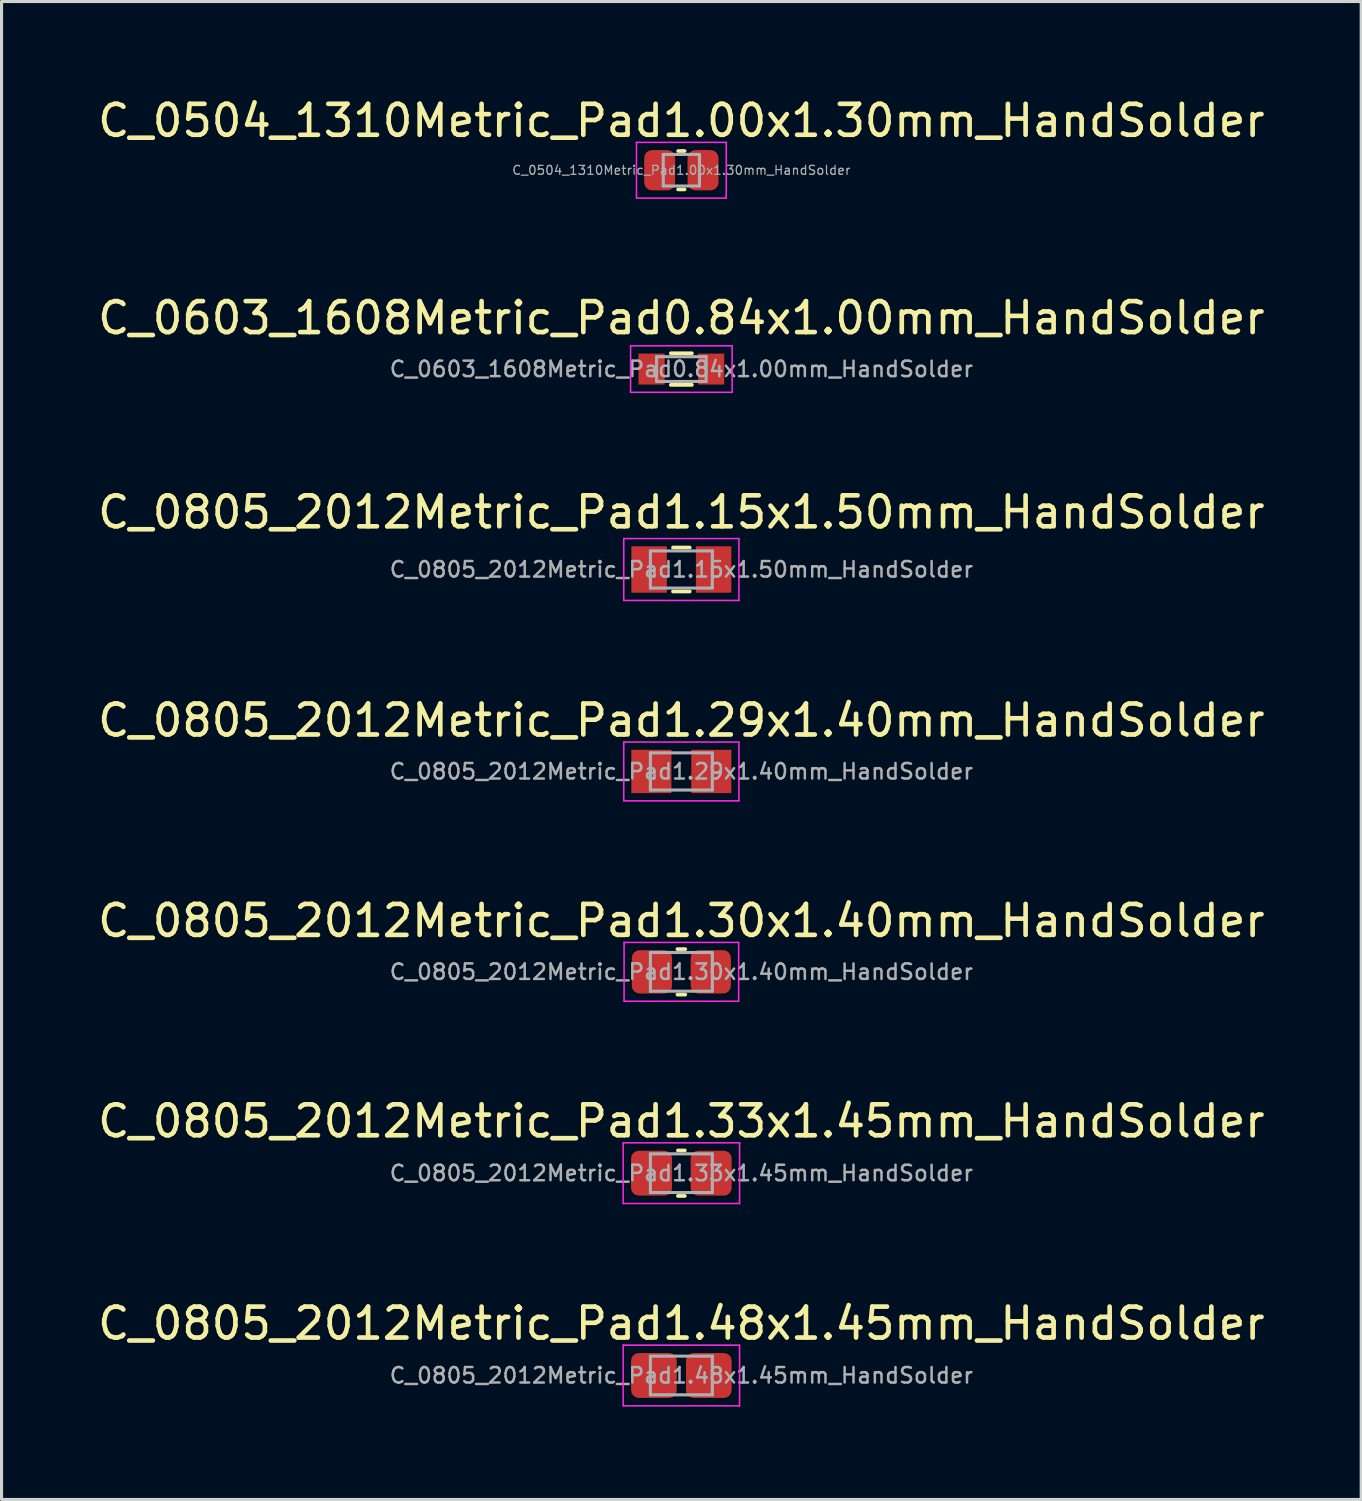
<source format=kicad_pcb>
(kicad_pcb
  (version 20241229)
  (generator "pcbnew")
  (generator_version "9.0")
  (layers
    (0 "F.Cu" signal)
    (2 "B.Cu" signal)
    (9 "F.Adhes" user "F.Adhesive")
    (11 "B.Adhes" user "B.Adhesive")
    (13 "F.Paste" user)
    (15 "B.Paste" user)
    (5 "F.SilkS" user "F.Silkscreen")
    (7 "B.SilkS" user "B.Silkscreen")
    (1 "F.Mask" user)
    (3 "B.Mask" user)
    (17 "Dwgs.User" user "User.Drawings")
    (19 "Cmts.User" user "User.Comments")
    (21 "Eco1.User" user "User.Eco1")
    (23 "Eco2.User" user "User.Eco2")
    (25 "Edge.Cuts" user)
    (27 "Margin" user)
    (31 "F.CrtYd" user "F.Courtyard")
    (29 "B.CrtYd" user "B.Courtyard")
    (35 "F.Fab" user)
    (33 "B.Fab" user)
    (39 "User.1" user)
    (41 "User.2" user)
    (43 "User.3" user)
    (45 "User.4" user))
  (footprint "C_0805_2012Metric_Pad1.30x1.40mm_HandSolder"
    (layer "F.Cu")
    (at 18.958 28.341)
    (property "Reference" "C_0805_2012Metric_Pad1.30x1.40mm_HandSolder" (at 0 -1.65 0) (layer "F.SilkS") (effects (font (size 1 1) (thickness 0.15))))
    (attr smd)
    (fp_line (start -0.127 -0.735) (end 0.127 -0.735) (stroke (width 0.12) (type solid)) (layer "F.SilkS"))
    (fp_line (start -0.127 0.735) (end 0.127 0.735) (stroke (width 0.12) (type solid)) (layer "F.SilkS"))
    (fp_line (start -1.85 -0.95) (end 1.85 -0.95) (stroke (width 0.05) (type solid)) (layer "F.CrtYd"))
    (fp_line (start -1.85 0.95) (end -1.85 -0.95) (stroke (width 0.05) (type solid)) (layer "F.CrtYd"))
    (fp_line (start 1.85 -0.95) (end 1.85 0.95) (stroke (width 0.05) (type solid)) (layer "F.CrtYd"))
    (fp_line (start 1.85 0.95) (end -1.85 0.95) (stroke (width 0.05) (type solid)) (layer "F.CrtYd"))
    (fp_line (start -1 -0.625) (end 1 -0.625) (stroke (width 0.1) (type solid)) (layer "F.Fab"))
    (fp_line (start -1 0.625) (end -1 -0.625) (stroke (width 0.1) (type solid)) (layer "F.Fab"))
    (fp_line (start 1 -0.625) (end 1 0.625) (stroke (width 0.1) (type solid)) (layer "F.Fab"))
    (fp_line (start 1 0.625) (end -1 0.625) (stroke (width 0.1) (type solid)) (layer "F.Fab"))
    (fp_text user "${REFERENCE}" (at 0 0 0) (layer "F.Fab") (effects (font (size 0.5 0.5) (thickness 0.08))))
    (pad "1" smd roundrect (at -0.95 0) (size 1.3 1.4) (layers "F.Cu" "F.Mask" "F.Paste") (roundrect_rratio 0.192))
    (pad "2" smd roundrect (at 0.95 0) (size 1.3 1.4) (layers "F.Cu" "F.Mask" "F.Paste") (roundrect_rratio 0.192)))
  (footprint "C_0805_2012Metric_Pad1.29x1.40mm_HandSolder"
    (layer "F.Cu")
    (at 18.958 21.868)
    (property "Reference" "C_0805_2012Metric_Pad1.29x1.40mm_HandSolder" (at 0 -1.65 0) (layer "F.SilkS") (effects (font (size 1 1) (thickness 0.15))))
    (attr smd)
    (fp_line (start -1.86 -0.95) (end 1.86 -0.95) (stroke (width 0.05) (type solid)) (layer "F.CrtYd"))
    (fp_line (start -1.86 0.95) (end -1.86 -0.95) (stroke (width 0.05) (type solid)) (layer "F.CrtYd"))
    (fp_line (start 1.86 -0.95) (end 1.86 0.95) (stroke (width 0.05) (type solid)) (layer "F.CrtYd"))
    (fp_line (start 1.86 0.95) (end -1.86 0.95) (stroke (width 0.05) (type solid)) (layer "F.CrtYd"))
    (fp_line (start -1 -0.6) (end 1 -0.6) (stroke (width 0.1) (type solid)) (layer "F.Fab"))
    (fp_line (start -1 0.6) (end -1 -0.6) (stroke (width 0.1) (type solid)) (layer "F.Fab"))
    (fp_line (start 1 -0.6) (end 1 0.6) (stroke (width 0.1) (type solid)) (layer "F.Fab"))
    (fp_line (start 1 0.6) (end -1 0.6) (stroke (width 0.1) (type solid)) (layer "F.Fab"))
    (fp_text user "${REFERENCE}" (at 0 0 0) (layer "F.Fab") (effects (font (size 0.5 0.5) (thickness 0.08))))
    (pad "1" smd rect (at -0.968 0) (size 1.295 1.4) (layers "F.Cu" "F.Mask" "F.Paste"))
    (pad "2" smd rect (at 0.968 0) (size 1.295 1.4) (layers "F.Cu" "F.Mask" "F.Paste")))
  (footprint "C_0805_2012Metric_Pad1.48x1.45mm_HandSolder"
    (layer "F.Cu")
    (at 18.958 41.378)
    (property "Reference" "C_0805_2012Metric_Pad1.48x1.45mm_HandSolder" (at 0 -1.68 0) (layer "F.SilkS") (effects (font (size 1 1) (thickness 0.15))))
    (attr smd)
    (fp_line (start -1.88 -0.98) (end 1.88 -0.98) (stroke (width 0.05) (type solid)) (layer "F.CrtYd"))
    (fp_line (start -1.88 0.98) (end -1.88 -0.98) (stroke (width 0.05) (type solid)) (layer "F.CrtYd"))
    (fp_line (start 1.88 -0.98) (end 1.88 0.98) (stroke (width 0.05) (type solid)) (layer "F.CrtYd"))
    (fp_line (start 1.88 0.98) (end -1.88 0.98) (stroke (width 0.05) (type solid)) (layer "F.CrtYd"))
    (fp_line (start -1 -0.625) (end 1 -0.625) (stroke (width 0.1) (type solid)) (layer "F.Fab"))
    (fp_line (start -1 0.625) (end -1 -0.625) (stroke (width 0.1) (type solid)) (layer "F.Fab"))
    (fp_line (start 1 -0.625) (end 1 0.625) (stroke (width 0.1) (type solid)) (layer "F.Fab"))
    (fp_line (start 1 0.625) (end -1 0.625) (stroke (width 0.1) (type solid)) (layer "F.Fab"))
    (fp_text user "${REFERENCE}" (at 0 0 0) (layer "F.Fab") (effects (font (size 0.5 0.5) (thickness 0.08))))
    (pad "1" smd roundrect (at -0.887 0) (size 1.475 1.45) (layers "F.Cu" "F.Mask" "F.Paste") (roundrect_rratio 0.172))
    (pad "2" smd roundrect (at 0.887 0) (size 1.475 1.45) (layers "F.Cu" "F.Mask" "F.Paste") (roundrect_rratio 0.172)))
  (footprint "C_0805_2012Metric_Pad1.15x1.50mm_HandSolder"
    (layer "F.Cu")
    (at 18.958 15.345)
    (property "Reference" "C_0805_2012Metric_Pad1.15x1.50mm_HandSolder" (at 0 -1.85 0) (layer "F.SilkS") (effects (font (size 1 1) (thickness 0.15))))
    (attr smd)
    (fp_line (start -0.27 -0.71) (end 0.27 -0.71) (stroke (width 0.12) (type solid)) (layer "F.SilkS"))
    (fp_line (start -0.27 0.71) (end 0.27 0.71) (stroke (width 0.12) (type solid)) (layer "F.SilkS"))
    (fp_line (start -1.86 -1) (end 1.86 -1) (stroke (width 0.05) (type solid)) (layer "F.CrtYd"))
    (fp_line (start -1.86 1) (end -1.86 -1) (stroke (width 0.05) (type solid)) (layer "F.CrtYd"))
    (fp_line (start 1.86 -1) (end 1.86 1) (stroke (width 0.05) (type solid)) (layer "F.CrtYd"))
    (fp_line (start 1.86 1) (end -1.86 1) (stroke (width 0.05) (type solid)) (layer "F.CrtYd"))
    (fp_line (start -1 -0.6) (end 1 -0.6) (stroke (width 0.1) (type solid)) (layer "F.Fab"))
    (fp_line (start -1 0.6) (end -1 -0.6) (stroke (width 0.1) (type solid)) (layer "F.Fab"))
    (fp_line (start 1 -0.6) (end 1 0.6) (stroke (width 0.1) (type solid)) (layer "F.Fab"))
    (fp_line (start 1 0.6) (end -1 0.6) (stroke (width 0.1) (type solid)) (layer "F.Fab"))
    (fp_text user "${REFERENCE}" (at 0 0 0) (layer "F.Fab") (effects (font (size 0.5 0.5) (thickness 0.08))))
    (pad "1" smd rect (at -1.042 0) (size 1.145 1.5) (layers "F.Cu" "F.Mask" "F.Paste"))
    (pad "2" smd rect (at 1.042 0) (size 1.145 1.5) (layers "F.Cu" "F.Mask" "F.Paste")))
  (footprint "C_0603_1608Metric_Pad0.84x1.00mm_HandSolder"
    (layer "F.Cu")
    (at 18.958 8.871)
    (property "Reference" "C_0603_1608Metric_Pad0.84x1.00mm_HandSolder" (at 0 -1.65 0) (layer "F.SilkS") (effects (font (size 1 1) (thickness 0.15))))
    (attr smd)
    (fp_line (start -0.34 -0.51) (end 0.34 -0.51) (stroke (width 0.12) (type solid)) (layer "F.SilkS"))
    (fp_line (start -0.34 0.51) (end 0.34 0.51) (stroke (width 0.12) (type solid)) (layer "F.SilkS"))
    (fp_line (start -1.64 -0.75) (end 1.64 -0.75) (stroke (width 0.05) (type solid)) (layer "F.CrtYd"))
    (fp_line (start -1.64 0.75) (end -1.64 -0.75) (stroke (width 0.05) (type solid)) (layer "F.CrtYd"))
    (fp_line (start 1.64 -0.75) (end 1.64 0.75) (stroke (width 0.05) (type solid)) (layer "F.CrtYd"))
    (fp_line (start 1.64 0.75) (end -1.64 0.75) (stroke (width 0.05) (type solid)) (layer "F.CrtYd"))
    (fp_line (start -0.8 -0.4) (end 0.8 -0.4) (stroke (width 0.1) (type solid)) (layer "F.Fab"))
    (fp_line (start -0.8 0.4) (end -0.8 -0.4) (stroke (width 0.1) (type solid)) (layer "F.Fab"))
    (fp_line (start 0.8 -0.4) (end 0.8 0.4) (stroke (width 0.1) (type solid)) (layer "F.Fab"))
    (fp_line (start 0.8 0.4) (end -0.8 0.4) (stroke (width 0.1) (type solid)) (layer "F.Fab"))
    (fp_text user "${REFERENCE}" (at 0 0 0) (layer "F.Fab") (effects (font (size 0.5 0.5) (thickness 0.08))))
    (pad "1" smd rect (at -0.963 0) (size 0.845 1) (layers "F.Cu" "F.Mask" "F.Paste"))
    (pad "2" smd rect (at 0.963 0) (size 0.845 1) (layers "F.Cu" "F.Mask" "F.Paste")))
  (footprint "C_0805_2012Metric_Pad1.33x1.45mm_HandSolder"
    (layer "F.Cu")
    (at 18.958 34.844)
    (property "Reference" "C_0805_2012Metric_Pad1.33x1.45mm_HandSolder" (at 0 -1.68 0) (layer "F.SilkS") (effects (font (size 1 1) (thickness 0.15))))
    (attr smd)
    (fp_line (start -0.111 -0.735) (end 0.111 -0.735) (stroke (width 0.12) (type solid)) (layer "F.SilkS"))
    (fp_line (start -0.111 0.735) (end 0.111 0.735) (stroke (width 0.12) (type solid)) (layer "F.SilkS"))
    (fp_line (start -1.88 -0.98) (end 1.88 -0.98) (stroke (width 0.05) (type solid)) (layer "F.CrtYd"))
    (fp_line (start -1.88 0.98) (end -1.88 -0.98) (stroke (width 0.05) (type solid)) (layer "F.CrtYd"))
    (fp_line (start 1.88 -0.98) (end 1.88 0.98) (stroke (width 0.05) (type solid)) (layer "F.CrtYd"))
    (fp_line (start 1.88 0.98) (end -1.88 0.98) (stroke (width 0.05) (type solid)) (layer "F.CrtYd"))
    (fp_line (start -1 -0.625) (end 1 -0.625) (stroke (width 0.1) (type solid)) (layer "F.Fab"))
    (fp_line (start -1 0.625) (end -1 -0.625) (stroke (width 0.1) (type solid)) (layer "F.Fab"))
    (fp_line (start 1 -0.625) (end 1 0.625) (stroke (width 0.1) (type solid)) (layer "F.Fab"))
    (fp_line (start 1 0.625) (end -1 0.625) (stroke (width 0.1) (type solid)) (layer "F.Fab"))
    (fp_text user "${REFERENCE}" (at 0 0 0) (layer "F.Fab") (effects (font (size 0.5 0.5) (thickness 0.08))))
    (pad "1" smd roundrect (at -0.963 0) (size 1.325 1.45) (layers "F.Cu" "F.Mask" "F.Paste") (roundrect_rratio 0.189))
    (pad "2" smd roundrect (at 0.963 0) (size 1.325 1.45) (layers "F.Cu" "F.Mask" "F.Paste") (roundrect_rratio 0.189)))
  (footprint "C_0504_1310Metric_Pad1.00x1.30mm_HandSolder"
    (layer "F.Cu")
    (at 18.958 2.448)
    (property "Reference" "C_0504_1310Metric_Pad1.00x1.30mm_HandSolder" (at 0 -1.6 0) (layer "F.SilkS") (effects (font (size 1 1) (thickness 0.15))))
    (attr smd)
    (fp_line (start -0.104 -0.62) (end 0.104 -0.62) (stroke (width 0.12) (type solid)) (layer "F.SilkS"))
    (fp_line (start -0.104 0.62) (end 0.104 0.62) (stroke (width 0.12) (type solid)) (layer "F.SilkS"))
    (fp_line (start -1.45 -0.9) (end 1.45 -0.9) (stroke (width 0.05) (type solid)) (layer "F.CrtYd"))
    (fp_line (start -1.45 0.9) (end -1.45 -0.9) (stroke (width 0.05) (type solid)) (layer "F.CrtYd"))
    (fp_line (start 1.45 -0.9) (end 1.45 0.9) (stroke (width 0.05) (type solid)) (layer "F.CrtYd"))
    (fp_line (start 1.45 0.9) (end -1.45 0.9) (stroke (width 0.05) (type solid)) (layer "F.CrtYd"))
    (fp_line (start -0.585 -0.51) (end 0.585 -0.51) (stroke (width 0.1) (type solid)) (layer "F.Fab"))
    (fp_line (start -0.585 0.51) (end -0.585 -0.51) (stroke (width 0.1) (type solid)) (layer "F.Fab"))
    (fp_line (start 0.585 -0.51) (end 0.585 0.51) (stroke (width 0.1) (type solid)) (layer "F.Fab"))
    (fp_line (start 0.585 0.51) (end -0.585 0.51) (stroke (width 0.1) (type solid)) (layer "F.Fab"))
    (fp_text user "${REFERENCE}" (at 0 0 0) (layer "F.Fab") (effects (font (size 0.29 0.29) (thickness 0.04))))
    (pad "1" smd roundrect (at -0.7 0) (size 1 1.3) (layers "F.Cu" "F.Mask" "F.Paste") (roundrect_rratio 0.25))
    (pad "2" smd roundrect (at 0.7 0) (size 1 1.3) (layers "F.Cu" "F.Mask" "F.Paste") (roundrect_rratio 0.25)))
  (gr_rect
    (start -3 -3)
    (end 40.917 45.383)
    (stroke (width 0.1) (type default))
    (fill no)
    (layer "Edge.Cuts")))
</source>
